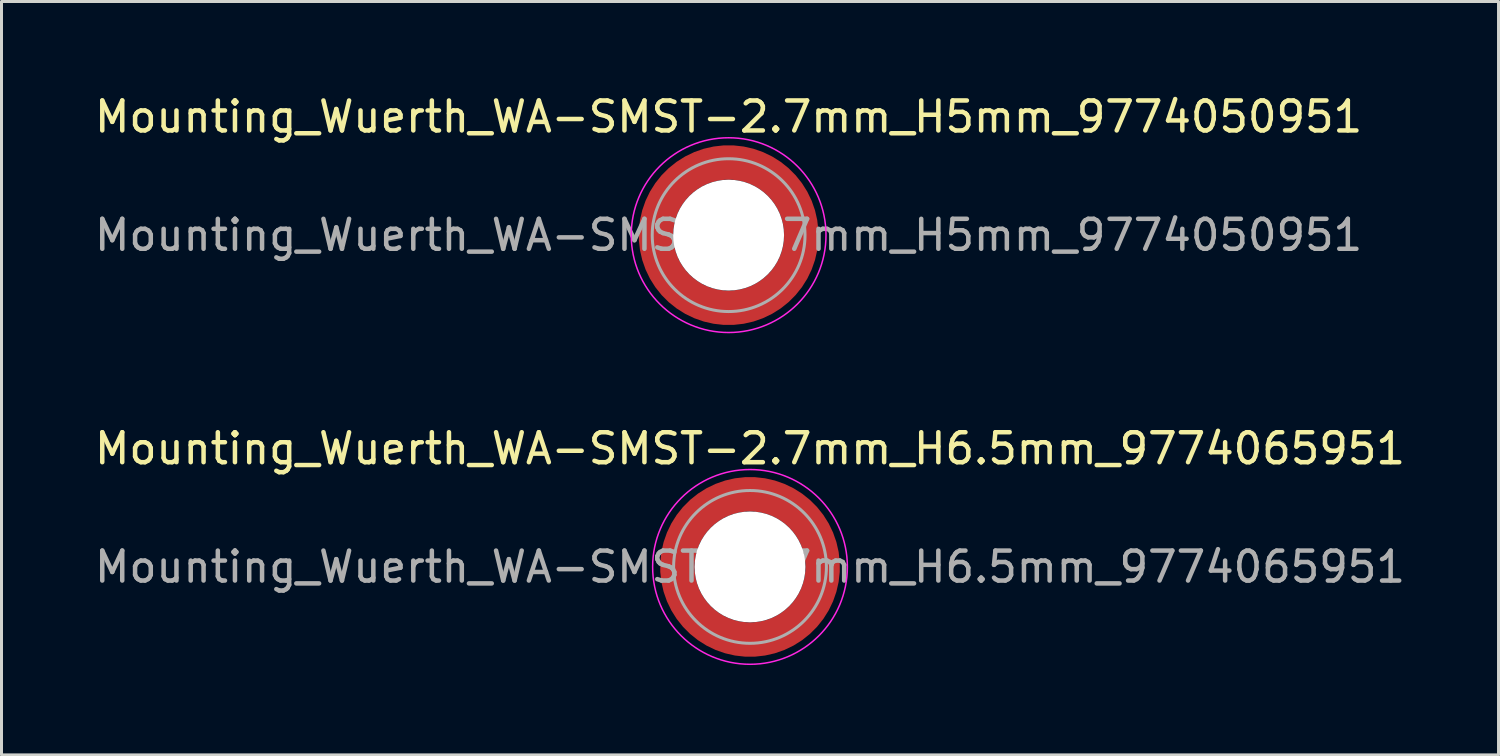
<source format=kicad_pcb>
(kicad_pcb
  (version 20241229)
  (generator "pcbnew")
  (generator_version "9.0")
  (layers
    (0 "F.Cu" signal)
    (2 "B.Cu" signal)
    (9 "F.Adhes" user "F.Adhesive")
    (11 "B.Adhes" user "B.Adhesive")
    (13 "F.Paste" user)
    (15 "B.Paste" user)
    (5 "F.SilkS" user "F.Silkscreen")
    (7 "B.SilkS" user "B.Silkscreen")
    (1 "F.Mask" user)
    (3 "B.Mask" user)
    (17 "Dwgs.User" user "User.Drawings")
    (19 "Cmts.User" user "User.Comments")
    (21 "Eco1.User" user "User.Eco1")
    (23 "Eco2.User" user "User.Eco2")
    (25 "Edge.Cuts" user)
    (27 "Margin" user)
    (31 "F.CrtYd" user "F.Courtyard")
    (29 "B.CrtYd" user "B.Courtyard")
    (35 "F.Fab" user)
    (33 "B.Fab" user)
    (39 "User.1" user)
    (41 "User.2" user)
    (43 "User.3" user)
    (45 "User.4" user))
  (footprint "Mounting_Wuerth_WA-SMST-2.7mm_H6.5mm_9774065951"
    (layer "F.Cu")
    (at 21.982 15.871)
    (property "Reference" "Mounting_Wuerth_WA-SMST-2.7mm_H6.5mm_9774065951" (at 0 -3.95 0) (layer "F.SilkS") (effects (font (size 1 1) (thickness 0.15))))
    (attr smd allow_soldermask_bridges)
    (fp_circle (center 0 0) (end 3.25 0) (stroke (width 0.05) (type solid)) (fill no) (layer "F.CrtYd"))
    (fp_circle (center 0 0) (end 2.55 0) (stroke (width 0.1) (type solid)) (fill no) (layer "F.Fab"))
    (fp_text user "${REFERENCE}" (at 0 0 0) (layer "F.Fab") (effects (font (size 1 1) (thickness 0.15))))
    (pad "" smd custom (at -1.704 -1.704) (size 0.51 0.51) (layers "F.Paste") (options (anchor circle)) (primitives (gr_arc (start -0.250195 1.279127) (mid 0.289914 0.289914) (end 1.279127 -0.250195) (width 0.2)) (gr_arc (start -0.34334 1.279127) (mid 0.225488 0.225488) (end 1.279127 -0.34334) (width 0.2)) (gr_arc (start -0.436309 1.279127) (mid 0.161063 0.161063) (end 1.279127 -0.436309) (width 0.2)) (gr_arc (start -0.529126 1.279127) (mid 0.096638 0.096638) (end 1.279127 -0.529126) (width 0.2)) (gr_arc (start -0.621807 1.279127) (mid 0.032213 0.032213) (end 1.279127 -0.621807) (width 0.2)) (gr_arc (start -0.71437 1.279127) (mid -0.032213 -0.032213) (end 1.279127 -0.71437) (width 0.2)) (gr_arc (start -0.806826 1.279127) (mid -0.096638 -0.096638) (end 1.279127 -0.806826) (width 0.2)) (gr_arc (start -0.899187 1.279127) (mid -0.161063 -0.161063) (end 1.279127 -0.899187) (width 0.2)) (gr_arc (start -0.991463 1.279127) (mid -0.225488 -0.225488) (end 1.279127 -0.991463) (width 0.2)) (gr_arc (start -1.083663 1.279127) (mid -0.289914 -0.289914) (end 1.279127 -1.083663) (width 0.2)) (gr_line (start 1.279 -0.25) (end 1.279 -1.084) (width 0.2)) (gr_line (start -0.25 1.279) (end -1.084 1.279) (width 0.2))))
    (pad "" smd custom (at -1.704 1.704) (size 0.51 0.51) (layers "F.Paste") (options (anchor circle)) (primitives (gr_arc (start 1.279127 0.250195) (mid 0.289914 -0.289914) (end -0.250195 -1.279127) (width 0.2)) (gr_arc (start 1.279127 0.34334) (mid 0.225488 -0.225488) (end -0.34334 -1.279127) (width 0.2)) (gr_arc (start 1.279127 0.436309) (mid 0.161063 -0.161063) (end -0.436309 -1.279127) (width 0.2)) (gr_arc (start 1.279127 0.529126) (mid 0.096638 -0.096638) (end -0.529126 -1.279127) (width 0.2)) (gr_arc (start 1.279127 0.621807) (mid 0.032213 -0.032213) (end -0.621807 -1.279127) (width 0.2)) (gr_arc (start 1.279127 0.71437) (mid -0.032213 0.032213) (end -0.71437 -1.279127) (width 0.2)) (gr_arc (start 1.279127 0.806826) (mid -0.096638 0.096638) (end -0.806826 -1.279127) (width 0.2)) (gr_arc (start 1.279127 0.899187) (mid -0.161063 0.161063) (end -0.899187 -1.279127) (width 0.2)) (gr_arc (start 1.279127 0.991463) (mid -0.225488 0.225488) (end -0.991463 -1.279127) (width 0.2)) (gr_arc (start 1.279127 1.083663) (mid -0.289914 0.289914) (end -1.083663 -1.279127) (width 0.2)) (gr_line (start -0.25 -1.279) (end -1.084 -1.279) (width 0.2)) (gr_line (start 1.279 0.25) (end 1.279 1.084) (width 0.2))))
    (pad "" np_thru_hole circle (at 0 0) (size 3.7 3.7) (drill 3.7) (layers "*.Cu" "*.Mask"))
    (pad "" smd custom (at 1.704 -1.704) (size 0.51 0.51) (layers "F.Paste") (options (anchor circle)) (primitives (gr_arc (start -1.279127 -0.250195) (mid -0.289914 0.289914) (end 0.250195 1.279127) (width 0.2)) (gr_arc (start -1.279127 -0.34334) (mid -0.225488 0.225488) (end 0.34334 1.279127) (width 0.2)) (gr_arc (start -1.279127 -0.436309) (mid -0.161063 0.161063) (end 0.436309 1.279127) (width 0.2)) (gr_arc (start -1.279127 -0.529126) (mid -0.096638 0.096638) (end 0.529126 1.279127) (width 0.2)) (gr_arc (start -1.279127 -0.621807) (mid -0.032213 0.032213) (end 0.621807 1.279127) (width 0.2)) (gr_arc (start -1.279127 -0.71437) (mid 0.032213 -0.032213) (end 0.71437 1.279127) (width 0.2)) (gr_arc (start -1.279127 -0.806826) (mid 0.096638 -0.096638) (end 0.806826 1.279127) (width 0.2)) (gr_arc (start -1.279127 -0.899187) (mid 0.161063 -0.161063) (end 0.899187 1.279127) (width 0.2)) (gr_arc (start -1.279127 -0.991463) (mid 0.225488 -0.225488) (end 0.991463 1.279127) (width 0.2)) (gr_arc (start -1.279127 -1.083663) (mid 0.289914 -0.289914) (end 1.083663 1.279127) (width 0.2)) (gr_line (start 0.25 1.279) (end 1.084 1.279) (width 0.2)) (gr_line (start -1.279 -0.25) (end -1.279 -1.084) (width 0.2))))
    (pad "" smd custom (at 1.704 1.704) (size 0.51 0.51) (layers "F.Paste") (options (anchor circle)) (primitives (gr_arc (start 0.250195 -1.279127) (mid -0.289914 -0.289914) (end -1.279127 0.250195) (width 0.2)) (gr_arc (start 0.34334 -1.279127) (mid -0.225488 -0.225488) (end -1.279127 0.34334) (width 0.2)) (gr_arc (start 0.436309 -1.279127) (mid -0.161063 -0.161063) (end -1.279127 0.436309) (width 0.2)) (gr_arc (start 0.529126 -1.279127) (mid -0.096638 -0.096638) (end -1.279127 0.529126) (width 0.2)) (gr_arc (start 0.621807 -1.279127) (mid -0.032213 -0.032213) (end -1.279127 0.621807) (width 0.2)) (gr_arc (start 0.71437 -1.279127) (mid 0.032213 0.032213) (end -1.279127 0.71437) (width 0.2)) (gr_arc (start 0.806826 -1.279127) (mid 0.096638 0.096638) (end -1.279127 0.806826) (width 0.2)) (gr_arc (start 0.899187 -1.279127) (mid 0.161063 0.161063) (end -1.279127 0.899187) (width 0.2)) (gr_arc (start 0.991463 -1.279127) (mid 0.225488 0.225488) (end -1.279127 0.991463) (width 0.2)) (gr_arc (start 1.083663 -1.279127) (mid 0.289914 0.289914) (end -1.279127 1.083663) (width 0.2)) (gr_line (start -1.279 0.25) (end -1.279 1.084) (width 0.2)) (gr_line (start 0.25 -1.279) (end 1.084 -1.279) (width 0.2))))
    (pad "1" smd circle (at -2.425 0) (size 0.642 0.642) (layers "F.Cu"))
    (pad "1" smd circle (at 0 -2.425) (size 0.642 0.642) (layers "F.Cu"))
    (pad "1" smd circle (at 0 2.425) (size 0.642 0.642) (layers "F.Cu"))
    (pad "1" smd custom (at 2.425 0) (size 1.15 1.15) (layers "F.Cu" "F.Mask") (options (anchor circle)) (primitives (gr_circle (center -2.425 0) (end 0 0) (width 1.15) (fill no)))))
  (footprint "Mounting_Wuerth_WA-SMST-2.7mm_H5mm_9774050951"
    (layer "F.Cu")
    (at 21.268 4.798)
    (property "Reference" "Mounting_Wuerth_WA-SMST-2.7mm_H5mm_9774050951" (at 0 -3.95 0) (layer "F.SilkS") (effects (font (size 1 1) (thickness 0.15))))
    (attr smd allow_soldermask_bridges)
    (fp_circle (center 0 0) (end 3.25 0) (stroke (width 0.05) (type solid)) (fill no) (layer "F.CrtYd"))
    (fp_circle (center 0 0) (end 2.55 0) (stroke (width 0.1) (type solid)) (fill no) (layer "F.Fab"))
    (fp_text user "${REFERENCE}" (at 0 0 0) (layer "F.Fab") (effects (font (size 1 1) (thickness 0.15))))
    (pad "" smd custom (at -1.704 -1.704) (size 0.51 0.51) (layers "F.Paste") (options (anchor circle)) (primitives (gr_arc (start -0.250195 1.279127) (mid 0.289914 0.289914) (end 1.279127 -0.250195) (width 0.2)) (gr_arc (start -0.34334 1.279127) (mid 0.225488 0.225488) (end 1.279127 -0.34334) (width 0.2)) (gr_arc (start -0.436309 1.279127) (mid 0.161063 0.161063) (end 1.279127 -0.436309) (width 0.2)) (gr_arc (start -0.529126 1.279127) (mid 0.096638 0.096638) (end 1.279127 -0.529126) (width 0.2)) (gr_arc (start -0.621807 1.279127) (mid 0.032213 0.032213) (end 1.279127 -0.621807) (width 0.2)) (gr_arc (start -0.71437 1.279127) (mid -0.032213 -0.032213) (end 1.279127 -0.71437) (width 0.2)) (gr_arc (start -0.806826 1.279127) (mid -0.096638 -0.096638) (end 1.279127 -0.806826) (width 0.2)) (gr_arc (start -0.899187 1.279127) (mid -0.161063 -0.161063) (end 1.279127 -0.899187) (width 0.2)) (gr_arc (start -0.991463 1.279127) (mid -0.225488 -0.225488) (end 1.279127 -0.991463) (width 0.2)) (gr_arc (start -1.083663 1.279127) (mid -0.289914 -0.289914) (end 1.279127 -1.083663) (width 0.2)) (gr_line (start 1.279 -0.25) (end 1.279 -1.084) (width 0.2)) (gr_line (start -0.25 1.279) (end -1.084 1.279) (width 0.2))))
    (pad "" smd custom (at -1.704 1.704) (size 0.51 0.51) (layers "F.Paste") (options (anchor circle)) (primitives (gr_arc (start 1.279127 0.250195) (mid 0.289914 -0.289914) (end -0.250195 -1.279127) (width 0.2)) (gr_arc (start 1.279127 0.34334) (mid 0.225488 -0.225488) (end -0.34334 -1.279127) (width 0.2)) (gr_arc (start 1.279127 0.436309) (mid 0.161063 -0.161063) (end -0.436309 -1.279127) (width 0.2)) (gr_arc (start 1.279127 0.529126) (mid 0.096638 -0.096638) (end -0.529126 -1.279127) (width 0.2)) (gr_arc (start 1.279127 0.621807) (mid 0.032213 -0.032213) (end -0.621807 -1.279127) (width 0.2)) (gr_arc (start 1.279127 0.71437) (mid -0.032213 0.032213) (end -0.71437 -1.279127) (width 0.2)) (gr_arc (start 1.279127 0.806826) (mid -0.096638 0.096638) (end -0.806826 -1.279127) (width 0.2)) (gr_arc (start 1.279127 0.899187) (mid -0.161063 0.161063) (end -0.899187 -1.279127) (width 0.2)) (gr_arc (start 1.279127 0.991463) (mid -0.225488 0.225488) (end -0.991463 -1.279127) (width 0.2)) (gr_arc (start 1.279127 1.083663) (mid -0.289914 0.289914) (end -1.083663 -1.279127) (width 0.2)) (gr_line (start -0.25 -1.279) (end -1.084 -1.279) (width 0.2)) (gr_line (start 1.279 0.25) (end 1.279 1.084) (width 0.2))))
    (pad "" np_thru_hole circle (at 0 0) (size 3.7 3.7) (drill 3.7) (layers "*.Cu" "*.Mask"))
    (pad "" smd custom (at 1.704 -1.704) (size 0.51 0.51) (layers "F.Paste") (options (anchor circle)) (primitives (gr_arc (start -1.279127 -0.250195) (mid -0.289914 0.289914) (end 0.250195 1.279127) (width 0.2)) (gr_arc (start -1.279127 -0.34334) (mid -0.225488 0.225488) (end 0.34334 1.279127) (width 0.2)) (gr_arc (start -1.279127 -0.436309) (mid -0.161063 0.161063) (end 0.436309 1.279127) (width 0.2)) (gr_arc (start -1.279127 -0.529126) (mid -0.096638 0.096638) (end 0.529126 1.279127) (width 0.2)) (gr_arc (start -1.279127 -0.621807) (mid -0.032213 0.032213) (end 0.621807 1.279127) (width 0.2)) (gr_arc (start -1.279127 -0.71437) (mid 0.032213 -0.032213) (end 0.71437 1.279127) (width 0.2)) (gr_arc (start -1.279127 -0.806826) (mid 0.096638 -0.096638) (end 0.806826 1.279127) (width 0.2)) (gr_arc (start -1.279127 -0.899187) (mid 0.161063 -0.161063) (end 0.899187 1.279127) (width 0.2)) (gr_arc (start -1.279127 -0.991463) (mid 0.225488 -0.225488) (end 0.991463 1.279127) (width 0.2)) (gr_arc (start -1.279127 -1.083663) (mid 0.289914 -0.289914) (end 1.083663 1.279127) (width 0.2)) (gr_line (start 0.25 1.279) (end 1.084 1.279) (width 0.2)) (gr_line (start -1.279 -0.25) (end -1.279 -1.084) (width 0.2))))
    (pad "" smd custom (at 1.704 1.704) (size 0.51 0.51) (layers "F.Paste") (options (anchor circle)) (primitives (gr_arc (start 0.250195 -1.279127) (mid -0.289914 -0.289914) (end -1.279127 0.250195) (width 0.2)) (gr_arc (start 0.34334 -1.279127) (mid -0.225488 -0.225488) (end -1.279127 0.34334) (width 0.2)) (gr_arc (start 0.436309 -1.279127) (mid -0.161063 -0.161063) (end -1.279127 0.436309) (width 0.2)) (gr_arc (start 0.529126 -1.279127) (mid -0.096638 -0.096638) (end -1.279127 0.529126) (width 0.2)) (gr_arc (start 0.621807 -1.279127) (mid -0.032213 -0.032213) (end -1.279127 0.621807) (width 0.2)) (gr_arc (start 0.71437 -1.279127) (mid 0.032213 0.032213) (end -1.279127 0.71437) (width 0.2)) (gr_arc (start 0.806826 -1.279127) (mid 0.096638 0.096638) (end -1.279127 0.806826) (width 0.2)) (gr_arc (start 0.899187 -1.279127) (mid 0.161063 0.161063) (end -1.279127 0.899187) (width 0.2)) (gr_arc (start 0.991463 -1.279127) (mid 0.225488 0.225488) (end -1.279127 0.991463) (width 0.2)) (gr_arc (start 1.083663 -1.279127) (mid 0.289914 0.289914) (end -1.279127 1.083663) (width 0.2)) (gr_line (start -1.279 0.25) (end -1.279 1.084) (width 0.2)) (gr_line (start 0.25 -1.279) (end 1.084 -1.279) (width 0.2))))
    (pad "1" smd circle (at -2.425 0) (size 0.642 0.642) (layers "F.Cu"))
    (pad "1" smd circle (at 0 -2.425) (size 0.642 0.642) (layers "F.Cu"))
    (pad "1" smd circle (at 0 2.425) (size 0.642 0.642) (layers "F.Cu"))
    (pad "1" smd custom (at 2.425 0) (size 1.15 1.15) (layers "F.Cu" "F.Mask") (options (anchor circle)) (primitives (gr_circle (center -2.425 0) (end 0 0) (width 1.15) (fill no)))))
  (gr_rect
    (start -3 -3)
    (end 46.964 22.146)
    (stroke (width 0.1) (type default))
    (fill no)
    (layer "Edge.Cuts")))
</source>
